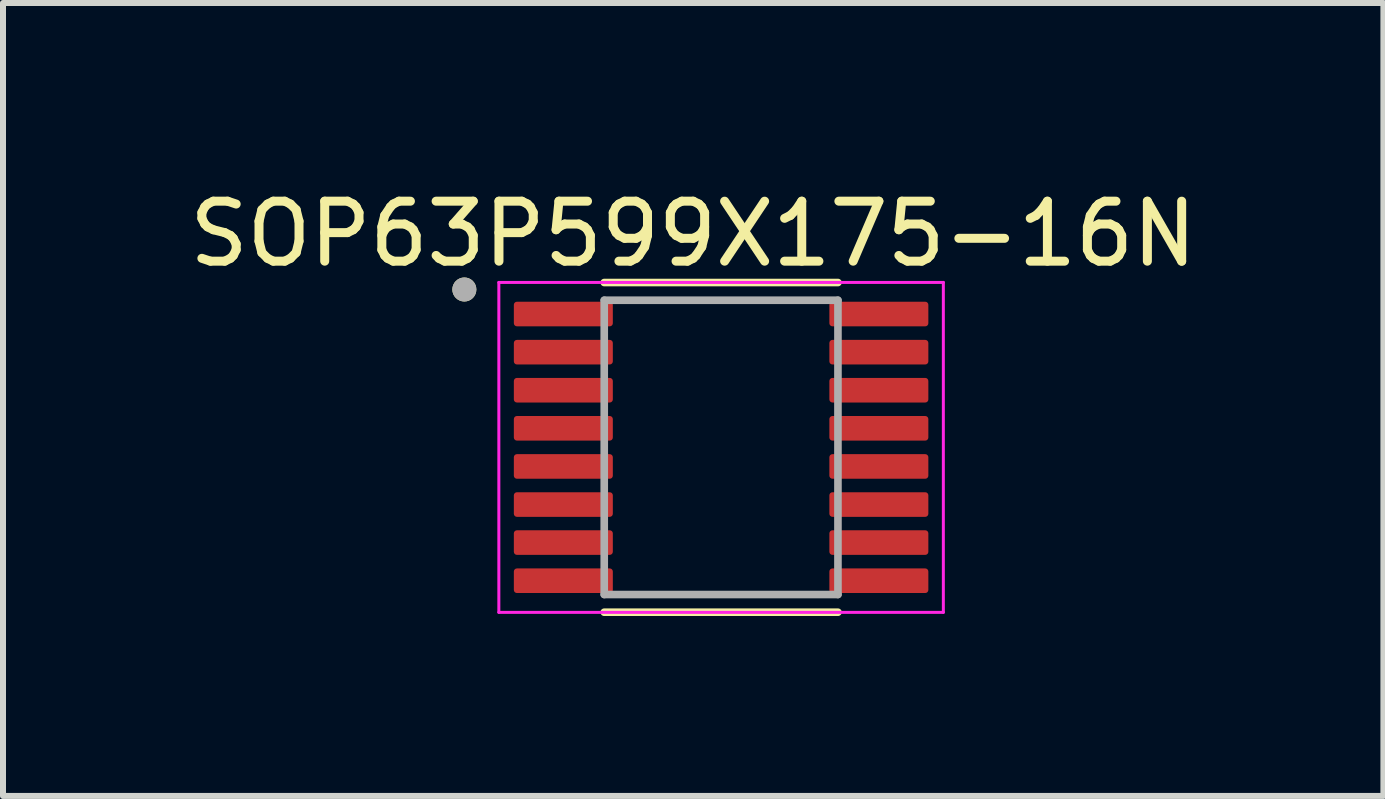
<source format=kicad_pcb>
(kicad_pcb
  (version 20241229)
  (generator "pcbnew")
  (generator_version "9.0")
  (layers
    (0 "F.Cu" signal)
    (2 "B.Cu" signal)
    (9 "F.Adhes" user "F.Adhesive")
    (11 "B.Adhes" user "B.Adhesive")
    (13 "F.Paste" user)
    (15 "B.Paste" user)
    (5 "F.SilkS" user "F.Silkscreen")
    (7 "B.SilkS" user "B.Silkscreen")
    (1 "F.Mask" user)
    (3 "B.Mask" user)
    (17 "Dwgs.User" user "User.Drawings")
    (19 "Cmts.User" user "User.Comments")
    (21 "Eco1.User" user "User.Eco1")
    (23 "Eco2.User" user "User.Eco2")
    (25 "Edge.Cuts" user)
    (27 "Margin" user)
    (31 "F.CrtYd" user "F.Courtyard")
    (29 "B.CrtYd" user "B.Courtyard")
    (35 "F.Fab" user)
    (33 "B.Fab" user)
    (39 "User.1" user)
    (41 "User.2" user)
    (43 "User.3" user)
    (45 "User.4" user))
  (footprint "SOP63P599X175-16N"
    (layer "F.Cu")
    (at 8.971 4.408)
    (property "Reference" "SOP63P599X175-16N" (at -0.465 -3.559 0) (layer "F.SilkS") (effects (font (size 1 1) (thickness 0.15))))
    (attr smd)
    (fp_line (start -1.948 -2.748) (end 1.948 -2.748) (stroke (width 0.127) (type solid)) (layer "F.SilkS"))
    (fp_line (start -1.948 2.748) (end 1.948 2.748) (stroke (width 0.127) (type solid)) (layer "F.SilkS"))
    (fp_circle (center -4.28 -2.632) (end -4.18 -2.632) (stroke (width 0.2) (type solid)) (fill no) (layer "F.SilkS"))
    (fp_line (start -3.705 -2.75) (end -3.705 2.75) (stroke (width 0.05) (type solid)) (layer "F.CrtYd"))
    (fp_line (start -3.705 -2.75) (end 3.705 -2.75) (stroke (width 0.05) (type solid)) (layer "F.CrtYd"))
    (fp_line (start -3.705 2.75) (end 3.705 2.75) (stroke (width 0.05) (type solid)) (layer "F.CrtYd"))
    (fp_line (start 3.705 -2.75) (end 3.705 2.75) (stroke (width 0.05) (type solid)) (layer "F.CrtYd"))
    (fp_line (start -1.948 -2.453) (end -1.948 2.453) (stroke (width 0.127) (type solid)) (layer "F.Fab"))
    (fp_line (start -1.948 -2.453) (end 1.948 -2.453) (stroke (width 0.127) (type solid)) (layer "F.Fab"))
    (fp_line (start -1.948 2.453) (end 1.948 2.453) (stroke (width 0.127) (type solid)) (layer "F.Fab"))
    (fp_line (start 1.948 -2.453) (end 1.948 2.453) (stroke (width 0.127) (type solid)) (layer "F.Fab"))
    (fp_circle (center -4.28 -2.632) (end -4.18 -2.632) (stroke (width 0.2) (type solid)) (fill no) (layer "F.Fab"))
    (pad "1" smd roundrect (at -2.63 -2.223) (size 1.65 0.41) (layers "F.Cu" "F.Mask" "F.Paste") (roundrect_rratio 0.125))
    (pad "2" smd roundrect (at -2.63 -1.587) (size 1.65 0.41) (layers "F.Cu" "F.Mask" "F.Paste") (roundrect_rratio 0.125))
    (pad "3" smd roundrect (at -2.63 -0.953) (size 1.65 0.41) (layers "F.Cu" "F.Mask" "F.Paste") (roundrect_rratio 0.125))
    (pad "4" smd roundrect (at -2.63 -0.318) (size 1.65 0.41) (layers "F.Cu" "F.Mask" "F.Paste") (roundrect_rratio 0.125))
    (pad "5" smd roundrect (at -2.63 0.318) (size 1.65 0.41) (layers "F.Cu" "F.Mask" "F.Paste") (roundrect_rratio 0.125))
    (pad "6" smd roundrect (at -2.63 0.953) (size 1.65 0.41) (layers "F.Cu" "F.Mask" "F.Paste") (roundrect_rratio 0.125))
    (pad "7" smd roundrect (at -2.63 1.587) (size 1.65 0.41) (layers "F.Cu" "F.Mask" "F.Paste") (roundrect_rratio 0.125))
    (pad "8" smd roundrect (at -2.63 2.223) (size 1.65 0.41) (layers "F.Cu" "F.Mask" "F.Paste") (roundrect_rratio 0.125))
    (pad "9" smd roundrect (at 2.63 2.223) (size 1.65 0.41) (layers "F.Cu" "F.Mask" "F.Paste") (roundrect_rratio 0.125))
    (pad "10" smd roundrect (at 2.63 1.587) (size 1.65 0.41) (layers "F.Cu" "F.Mask" "F.Paste") (roundrect_rratio 0.125))
    (pad "11" smd roundrect (at 2.63 0.953) (size 1.65 0.41) (layers "F.Cu" "F.Mask" "F.Paste") (roundrect_rratio 0.125))
    (pad "12" smd roundrect (at 2.63 0.318) (size 1.65 0.41) (layers "F.Cu" "F.Mask" "F.Paste") (roundrect_rratio 0.125))
    (pad "13" smd roundrect (at 2.63 -0.318) (size 1.65 0.41) (layers "F.Cu" "F.Mask" "F.Paste") (roundrect_rratio 0.125))
    (pad "14" smd roundrect (at 2.63 -0.953) (size 1.65 0.41) (layers "F.Cu" "F.Mask" "F.Paste") (roundrect_rratio 0.125))
    (pad "15" smd roundrect (at 2.63 -1.587) (size 1.65 0.41) (layers "F.Cu" "F.Mask" "F.Paste") (roundrect_rratio 0.125))
    (pad "16" smd roundrect (at 2.63 -2.223) (size 1.65 0.41) (layers "F.Cu" "F.Mask" "F.Paste") (roundrect_rratio 0.125)))
  (gr_rect
    (start -3 -3)
    (end 20.012 10.219)
    (stroke (width 0.1) (type default))
    (fill no)
    (layer "Edge.Cuts")))
</source>
